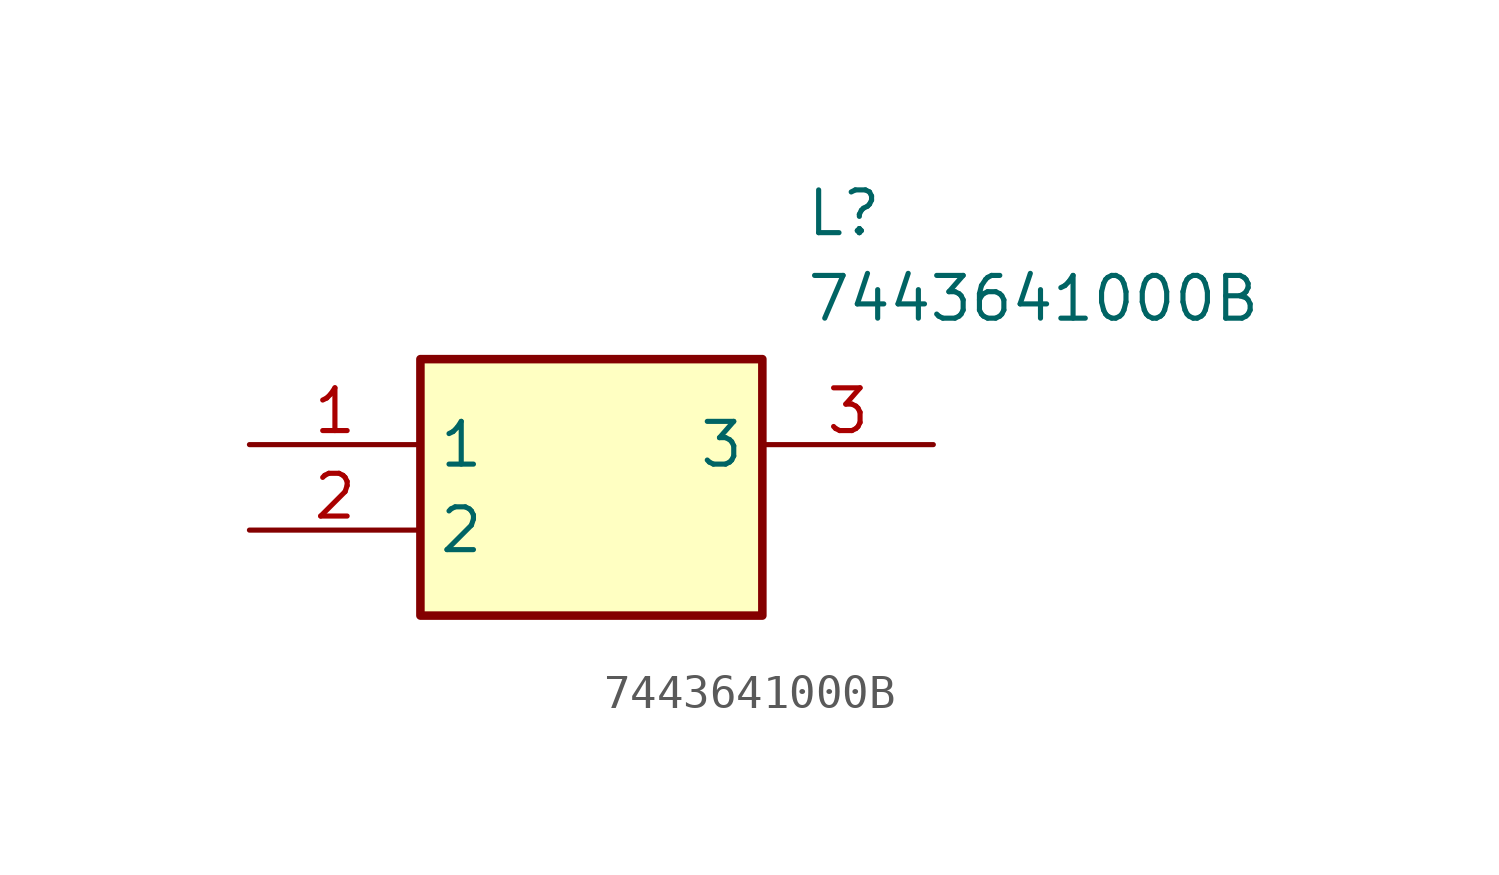
<source format=kicad_sym>
(kicad_symbol_lib
  (version 20211014)
  (generator SamacSys_ECAD_Model)
  (symbol "7443641000B"
    (property "Reference" "L"
      (at 16.51 7.62 0)
      (effects (font (size 1.27 1.27)) (justify left top)))
    (property "Value" "7443641000B"
      (at 16.51 5.08 0)
      (effects (font (size 1.27 1.27)) (justify left top)))
    (rectangle
      (start 5.08 2.54)
      (end 15.24 -5.08)
      (stroke (width 0.254) (type default))
      (fill (type background)))
    (pin passive line
      (at 0 0 0)
      (length 5.08)
      (name "1" (effects (font (size 1.27 1.27))))
      (number "1" (effects (font (size 1.27 1.27)))))
    (pin passive line
      (at 0 -2.54 0)
      (length 5.08)
      (name "2" (effects (font (size 1.27 1.27))))
      (number "2" (effects (font (size 1.27 1.27)))))
    (pin passive line
      (at 20.32 0 180)
      (length 5.08)
      (name "3" (effects (font (size 1.27 1.27))))
      (number "3" (effects (font (size 1.27 1.27)))))))
</source>
